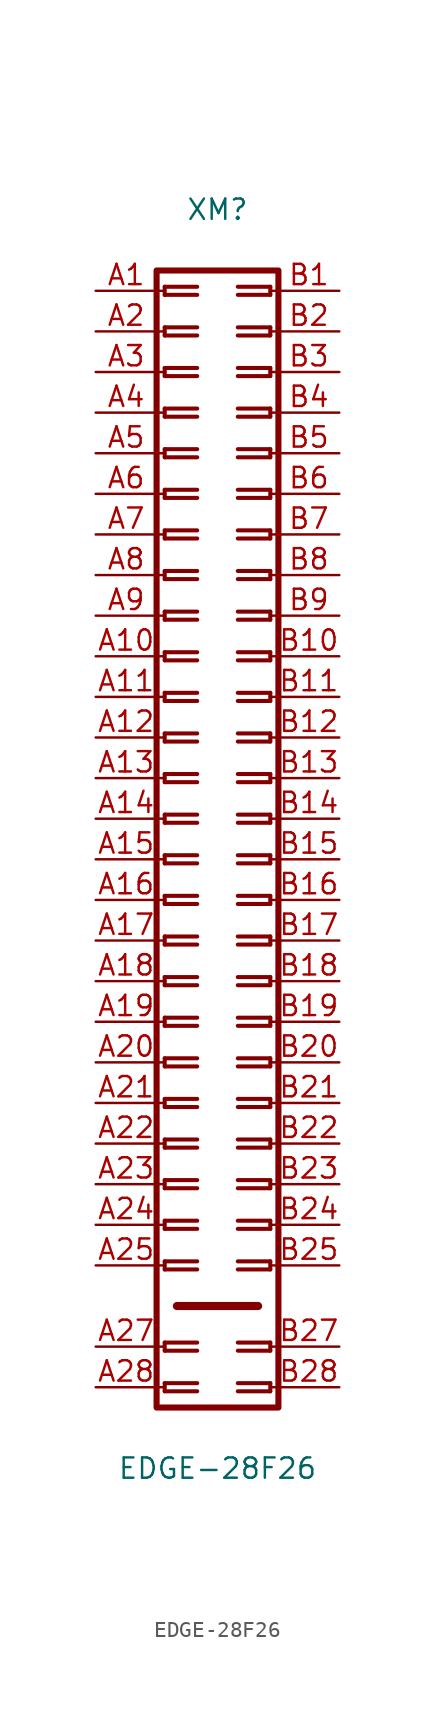
<source format=kicad_sym>
(kicad_symbol_lib
  (version 20231120)
  (generator "kicad_symbol_editor")
  (generator_version "8.0")
  (symbol "EDGE-28F26"
    (pin_names
      (offset 1.016))
    (property "Reference" "XM"
      (at 0 39.37 0)
      (effects (font (size 1.27 1.27))))
    (property "Value" "EDGE-28F26"
      (at 0 -39.37 0)
      (effects (font (size 1.27 1.27))))
    (symbol "EDGE-28F26_0_0"
      (polyline (pts (xy -2.54 -29.21) (xy 2.54 -29.21)) (stroke (width 0.508) (type default)) (fill (type none))))
    (symbol "EDGE-28F26_0_1"
      (rectangle (start -3.81 35.56) (end 3.81 -35.56) (stroke (width 0.381) (type default)) (fill (type none)))
      (polyline (pts (xy -3.81 -34.29) (xy -3.302 -34.29)) (stroke (width 0) (type default)) (fill (type none)))
      (polyline (pts (xy -3.81 -31.75) (xy -3.302 -31.75)) (stroke (width 0) (type default)) (fill (type none)))
      (polyline (pts (xy -3.81 -26.67) (xy -3.302 -26.67)) (stroke (width 0) (type default)) (fill (type none)))
      (polyline (pts (xy -3.81 -24.13) (xy -3.302 -24.13)) (stroke (width 0) (type default)) (fill (type none)))
      (polyline (pts (xy -3.81 -21.59) (xy -3.302 -21.59)) (stroke (width 0) (type default)) (fill (type none)))
      (polyline (pts (xy -3.81 -19.05) (xy -3.302 -19.05)) (stroke (width 0) (type default)) (fill (type none)))
      (polyline (pts (xy -3.81 -16.51) (xy -3.302 -16.51)) (stroke (width 0) (type default)) (fill (type none)))
      (polyline (pts (xy -3.81 -13.97) (xy -3.302 -13.97)) (stroke (width 0) (type default)) (fill (type none)))
      (polyline (pts (xy -3.81 -11.43) (xy -3.302 -11.43)) (stroke (width 0) (type default)) (fill (type none)))
      (polyline (pts (xy -3.81 -8.89) (xy -3.302 -8.89)) (stroke (width 0) (type default)) (fill (type none)))
      (polyline (pts (xy -3.81 -6.35) (xy -3.302 -6.35)) (stroke (width 0) (type default)) (fill (type none)))
      (polyline (pts (xy -3.81 -3.81) (xy -3.302 -3.81)) (stroke (width 0) (type default)) (fill (type none)))
      (polyline (pts (xy -3.81 -1.27) (xy -3.302 -1.27)) (stroke (width 0) (type default)) (fill (type none)))
      (polyline (pts (xy -3.81 1.27) (xy -3.302 1.27)) (stroke (width 0) (type default)) (fill (type none)))
      (polyline (pts (xy -3.81 3.81) (xy -3.302 3.81)) (stroke (width 0) (type default)) (fill (type none)))
      (polyline (pts (xy -3.81 6.35) (xy -3.302 6.35)) (stroke (width 0) (type default)) (fill (type none)))
      (polyline (pts (xy -3.81 8.89) (xy -3.302 8.89)) (stroke (width 0) (type default)) (fill (type none)))
      (polyline (pts (xy -3.81 11.43) (xy -3.302 11.43)) (stroke (width 0) (type default)) (fill (type none)))
      (polyline (pts (xy -3.81 13.97) (xy -3.302 13.97)) (stroke (width 0) (type default)) (fill (type none)))
      (polyline (pts (xy -3.81 16.51) (xy -3.302 16.51)) (stroke (width 0) (type default)) (fill (type none)))
      (polyline (pts (xy -3.81 19.05) (xy -3.302 19.05)) (stroke (width 0) (type default)) (fill (type none)))
      (polyline (pts (xy -3.81 21.59) (xy -3.302 21.59)) (stroke (width 0) (type default)) (fill (type none)))
      (polyline (pts (xy -3.81 24.13) (xy -3.302 24.13)) (stroke (width 0) (type default)) (fill (type none)))
      (polyline (pts (xy -3.81 26.67) (xy -3.302 26.67)) (stroke (width 0) (type default)) (fill (type none)))
      (polyline (pts (xy -3.81 29.21) (xy -3.302 29.21)) (stroke (width 0) (type default)) (fill (type none)))
      (polyline (pts (xy -3.81 31.75) (xy -3.302 31.75)) (stroke (width 0) (type default)) (fill (type none)))
      (polyline (pts (xy -3.81 34.29) (xy -3.302 34.29)) (stroke (width 0) (type default)) (fill (type none)))
      (polyline (pts (xy -3.302 -34.544) (xy -3.302 -34.036)) (stroke (width 0.254) (type default)) (fill (type none)))
      (polyline (pts (xy -3.302 -34.544) (xy -1.27 -34.544)) (stroke (width 0.254) (type default)) (fill (type none)))
      (polyline (pts (xy -3.302 -34.036) (xy -1.27 -34.036)) (stroke (width 0.254) (type default)) (fill (type none)))
      (polyline (pts (xy -3.302 -32.004) (xy -3.302 -31.496)) (stroke (width 0.254) (type default)) (fill (type none)))
      (polyline (pts (xy -3.302 -32.004) (xy -1.27 -32.004)) (stroke (width 0.254) (type default)) (fill (type none)))
      (polyline (pts (xy -3.302 -31.496) (xy -1.27 -31.496)) (stroke (width 0.254) (type default)) (fill (type none)))
      (polyline (pts (xy -3.302 -26.924) (xy -3.302 -26.416)) (stroke (width 0.254) (type default)) (fill (type none)))
      (polyline (pts (xy -3.302 -26.924) (xy -1.27 -26.924)) (stroke (width 0.254) (type default)) (fill (type none)))
      (polyline (pts (xy -3.302 -26.416) (xy -1.27 -26.416)) (stroke (width 0.254) (type default)) (fill (type none)))
      (polyline (pts (xy -3.302 -24.384) (xy -3.302 -23.876)) (stroke (width 0.254) (type default)) (fill (type none)))
      (polyline (pts (xy -3.302 -24.384) (xy -1.27 -24.384)) (stroke (width 0.254) (type default)) (fill (type none)))
      (polyline (pts (xy -3.302 -23.876) (xy -1.27 -23.876)) (stroke (width 0.254) (type default)) (fill (type none)))
      (polyline (pts (xy -3.302 -21.844) (xy -3.302 -21.336)) (stroke (width 0.254) (type default)) (fill (type none)))
      (polyline (pts (xy -3.302 -21.844) (xy -1.27 -21.844)) (stroke (width 0.254) (type default)) (fill (type none)))
      (polyline (pts (xy -3.302 -21.336) (xy -1.27 -21.336)) (stroke (width 0.254) (type default)) (fill (type none)))
      (polyline (pts (xy -3.302 -19.304) (xy -3.302 -18.796)) (stroke (width 0.254) (type default)) (fill (type none)))
      (polyline (pts (xy -3.302 -19.304) (xy -1.27 -19.304)) (stroke (width 0.254) (type default)) (fill (type none)))
      (polyline (pts (xy -3.302 -18.796) (xy -1.27 -18.796)) (stroke (width 0.254) (type default)) (fill (type none)))
      (polyline (pts (xy -3.302 -16.764) (xy -3.302 -16.256)) (stroke (width 0.254) (type default)) (fill (type none)))
      (polyline (pts (xy -3.302 -16.764) (xy -1.27 -16.764)) (stroke (width 0.254) (type default)) (fill (type none)))
      (polyline (pts (xy -3.302 -16.256) (xy -1.27 -16.256)) (stroke (width 0.254) (type default)) (fill (type none)))
      (polyline (pts (xy -3.302 -14.224) (xy -3.302 -13.716)) (stroke (width 0.254) (type default)) (fill (type none)))
      (polyline (pts (xy -3.302 -14.224) (xy -1.27 -14.224)) (stroke (width 0.254) (type default)) (fill (type none)))
      (polyline (pts (xy -3.302 -13.716) (xy -1.27 -13.716)) (stroke (width 0.254) (type default)) (fill (type none)))
      (polyline (pts (xy -3.302 -11.684) (xy -3.302 -11.176)) (stroke (width 0.254) (type default)) (fill (type none)))
      (polyline (pts (xy -3.302 -11.684) (xy -1.27 -11.684)) (stroke (width 0.254) (type default)) (fill (type none)))
      (polyline (pts (xy -3.302 -11.176) (xy -1.27 -11.176)) (stroke (width 0.254) (type default)) (fill (type none)))
      (polyline (pts (xy -3.302 -9.144) (xy -3.302 -8.636)) (stroke (width 0.254) (type default)) (fill (type none)))
      (polyline (pts (xy -3.302 -9.144) (xy -1.27 -9.144)) (stroke (width 0.254) (type default)) (fill (type none)))
      (polyline (pts (xy -3.302 -8.636) (xy -1.27 -8.636)) (stroke (width 0.254) (type default)) (fill (type none)))
      (polyline (pts (xy -3.302 -6.604) (xy -3.302 -6.096)) (stroke (width 0.254) (type default)) (fill (type none)))
      (polyline (pts (xy -3.302 -6.604) (xy -1.27 -6.604)) (stroke (width 0.254) (type default)) (fill (type none)))
      (polyline (pts (xy -3.302 -6.096) (xy -1.27 -6.096)) (stroke (width 0.254) (type default)) (fill (type none)))
      (polyline (pts (xy -3.302 -4.064) (xy -3.302 -3.556)) (stroke (width 0.254) (type default)) (fill (type none)))
      (polyline (pts (xy -3.302 -4.064) (xy -1.27 -4.064)) (stroke (width 0.254) (type default)) (fill (type none)))
      (polyline (pts (xy -3.302 -3.556) (xy -1.27 -3.556)) (stroke (width 0.254) (type default)) (fill (type none)))
      (polyline (pts (xy -3.302 -1.524) (xy -3.302 -1.016)) (stroke (width 0.254) (type default)) (fill (type none)))
      (polyline (pts (xy -3.302 -1.524) (xy -1.27 -1.524)) (stroke (width 0.254) (type default)) (fill (type none)))
      (polyline (pts (xy -3.302 -1.016) (xy -1.27 -1.016)) (stroke (width 0.254) (type default)) (fill (type none)))
      (polyline (pts (xy -3.302 1.016) (xy -3.302 1.524)) (stroke (width 0.254) (type default)) (fill (type none)))
      (polyline (pts (xy -3.302 1.016) (xy -1.27 1.016)) (stroke (width 0.254) (type default)) (fill (type none)))
      (polyline (pts (xy -3.302 1.524) (xy -1.27 1.524)) (stroke (width 0.254) (type default)) (fill (type none)))
      (polyline (pts (xy -3.302 3.556) (xy -3.302 4.064)) (stroke (width 0.254) (type default)) (fill (type none)))
      (polyline (pts (xy -3.302 3.556) (xy -1.27 3.556)) (stroke (width 0.254) (type default)) (fill (type none)))
      (polyline (pts (xy -3.302 4.064) (xy -1.27 4.064)) (stroke (width 0.254) (type default)) (fill (type none)))
      (polyline (pts (xy -3.302 6.096) (xy -3.302 6.604)) (stroke (width 0.254) (type default)) (fill (type none)))
      (polyline (pts (xy -3.302 6.096) (xy -1.27 6.096)) (stroke (width 0.254) (type default)) (fill (type none)))
      (polyline (pts (xy -3.302 6.604) (xy -1.27 6.604)) (stroke (width 0.254) (type default)) (fill (type none)))
      (polyline (pts (xy -3.302 8.636) (xy -3.302 9.144)) (stroke (width 0.254) (type default)) (fill (type none)))
      (polyline (pts (xy -3.302 8.636) (xy -1.27 8.636)) (stroke (width 0.254) (type default)) (fill (type none)))
      (polyline (pts (xy -3.302 9.144) (xy -1.27 9.144)) (stroke (width 0.254) (type default)) (fill (type none)))
      (polyline (pts (xy -3.302 11.176) (xy -3.302 11.684)) (stroke (width 0.254) (type default)) (fill (type none)))
      (polyline (pts (xy -3.302 11.176) (xy -1.27 11.176)) (stroke (width 0.254) (type default)) (fill (type none)))
      (polyline (pts (xy -3.302 11.684) (xy -1.27 11.684)) (stroke (width 0.254) (type default)) (fill (type none)))
      (polyline (pts (xy -3.302 13.716) (xy -3.302 14.224)) (stroke (width 0.254) (type default)) (fill (type none)))
      (polyline (pts (xy -3.302 13.716) (xy -1.27 13.716)) (stroke (width 0.254) (type default)) (fill (type none)))
      (polyline (pts (xy -3.302 14.224) (xy -1.27 14.224)) (stroke (width 0.254) (type default)) (fill (type none)))
      (polyline (pts (xy -3.302 16.256) (xy -3.302 16.764)) (stroke (width 0.254) (type default)) (fill (type none)))
      (polyline (pts (xy -3.302 16.256) (xy -1.27 16.256)) (stroke (width 0.254) (type default)) (fill (type none)))
      (polyline (pts (xy -3.302 16.764) (xy -1.27 16.764)) (stroke (width 0.254) (type default)) (fill (type none)))
      (polyline (pts (xy -3.302 18.796) (xy -3.302 19.304)) (stroke (width 0.254) (type default)) (fill (type none)))
      (polyline (pts (xy -3.302 18.796) (xy -1.27 18.796)) (stroke (width 0.254) (type default)) (fill (type none)))
      (polyline (pts (xy -3.302 19.304) (xy -1.27 19.304)) (stroke (width 0.254) (type default)) (fill (type none)))
      (polyline (pts (xy -3.302 21.336) (xy -3.302 21.844)) (stroke (width 0.254) (type default)) (fill (type none)))
      (polyline (pts (xy -3.302 21.336) (xy -1.27 21.336)) (stroke (width 0.254) (type default)) (fill (type none)))
      (polyline (pts (xy -3.302 21.844) (xy -1.27 21.844)) (stroke (width 0.254) (type default)) (fill (type none)))
      (polyline (pts (xy -3.302 23.876) (xy -3.302 24.384)) (stroke (width 0.254) (type default)) (fill (type none)))
      (polyline (pts (xy -3.302 23.876) (xy -1.27 23.876)) (stroke (width 0.254) (type default)) (fill (type none)))
      (polyline (pts (xy -3.302 24.384) (xy -1.27 24.384)) (stroke (width 0.254) (type default)) (fill (type none)))
      (polyline (pts (xy -3.302 26.416) (xy -3.302 26.924)) (stroke (width 0.254) (type default)) (fill (type none)))
      (polyline (pts (xy -3.302 26.416) (xy -1.27 26.416)) (stroke (width 0.254) (type default)) (fill (type none)))
      (polyline (pts (xy -3.302 26.924) (xy -1.27 26.924)) (stroke (width 0.254) (type default)) (fill (type none)))
      (polyline (pts (xy -3.302 28.956) (xy -3.302 29.464)) (stroke (width 0.254) (type default)) (fill (type none)))
      (polyline (pts (xy -3.302 28.956) (xy -1.27 28.956)) (stroke (width 0.254) (type default)) (fill (type none)))
      (polyline (pts (xy -3.302 29.464) (xy -1.27 29.464)) (stroke (width 0.254) (type default)) (fill (type none)))
      (polyline (pts (xy -3.302 31.496) (xy -3.302 32.004)) (stroke (width 0.254) (type default)) (fill (type none)))
      (polyline (pts (xy -3.302 31.496) (xy -1.27 31.496)) (stroke (width 0.254) (type default)) (fill (type none)))
      (polyline (pts (xy -3.302 32.004) (xy -1.27 32.004)) (stroke (width 0.254) (type default)) (fill (type none)))
      (polyline (pts (xy -3.302 34.036) (xy -3.302 34.544)) (stroke (width 0.254) (type default)) (fill (type none)))
      (polyline (pts (xy -3.302 34.036) (xy -1.27 34.036)) (stroke (width 0.254) (type default)) (fill (type none)))
      (polyline (pts (xy -3.302 34.544) (xy -1.27 34.544)) (stroke (width 0.254) (type default)) (fill (type none)))
      (polyline (pts (xy 3.302 -34.544) (xy 1.27 -34.544)) (stroke (width 0.254) (type default)) (fill (type none)))
      (polyline (pts (xy 3.302 -34.544) (xy 3.302 -34.036)) (stroke (width 0.254) (type default)) (fill (type none)))
      (polyline (pts (xy 3.302 -34.036) (xy 1.27 -34.036)) (stroke (width 0.254) (type default)) (fill (type none)))
      (polyline (pts (xy 3.302 -32.004) (xy 1.27 -32.004)) (stroke (width 0.254) (type default)) (fill (type none)))
      (polyline (pts (xy 3.302 -32.004) (xy 3.302 -31.496)) (stroke (width 0.254) (type default)) (fill (type none)))
      (polyline (pts (xy 3.302 -31.496) (xy 1.27 -31.496)) (stroke (width 0.254) (type default)) (fill (type none)))
      (polyline (pts (xy 3.302 -26.924) (xy 1.27 -26.924)) (stroke (width 0.254) (type default)) (fill (type none)))
      (polyline (pts (xy 3.302 -26.924) (xy 3.302 -26.416)) (stroke (width 0.254) (type default)) (fill (type none)))
      (polyline (pts (xy 3.302 -26.416) (xy 1.27 -26.416)) (stroke (width 0.254) (type default)) (fill (type none)))
      (polyline (pts (xy 3.302 -24.384) (xy 1.27 -24.384)) (stroke (width 0.254) (type default)) (fill (type none)))
      (polyline (pts (xy 3.302 -24.384) (xy 3.302 -23.876)) (stroke (width 0.254) (type default)) (fill (type none)))
      (polyline (pts (xy 3.302 -23.876) (xy 1.27 -23.876)) (stroke (width 0.254) (type default)) (fill (type none)))
      (polyline (pts (xy 3.302 -21.844) (xy 1.27 -21.844)) (stroke (width 0.254) (type default)) (fill (type none)))
      (polyline (pts (xy 3.302 -21.844) (xy 3.302 -21.336)) (stroke (width 0.254) (type default)) (fill (type none)))
      (polyline (pts (xy 3.302 -21.336) (xy 1.27 -21.336)) (stroke (width 0.254) (type default)) (fill (type none)))
      (polyline (pts (xy 3.302 -19.304) (xy 1.27 -19.304)) (stroke (width 0.254) (type default)) (fill (type none)))
      (polyline (pts (xy 3.302 -19.304) (xy 3.302 -18.796)) (stroke (width 0.254) (type default)) (fill (type none)))
      (polyline (pts (xy 3.302 -18.796) (xy 1.27 -18.796)) (stroke (width 0.254) (type default)) (fill (type none)))
      (polyline (pts (xy 3.302 -16.764) (xy 1.27 -16.764)) (stroke (width 0.254) (type default)) (fill (type none)))
      (polyline (pts (xy 3.302 -16.764) (xy 3.302 -16.256)) (stroke (width 0.254) (type default)) (fill (type none)))
      (polyline (pts (xy 3.302 -16.256) (xy 1.27 -16.256)) (stroke (width 0.254) (type default)) (fill (type none)))
      (polyline (pts (xy 3.302 -14.224) (xy 1.27 -14.224)) (stroke (width 0.254) (type default)) (fill (type none)))
      (polyline (pts (xy 3.302 -14.224) (xy 3.302 -13.716)) (stroke (width 0.254) (type default)) (fill (type none)))
      (polyline (pts (xy 3.302 -13.716) (xy 1.27 -13.716)) (stroke (width 0.254) (type default)) (fill (type none)))
      (polyline (pts (xy 3.302 -11.684) (xy 1.27 -11.684)) (stroke (width 0.254) (type default)) (fill (type none)))
      (polyline (pts (xy 3.302 -11.684) (xy 3.302 -11.176)) (stroke (width 0.254) (type default)) (fill (type none)))
      (polyline (pts (xy 3.302 -11.176) (xy 1.27 -11.176)) (stroke (width 0.254) (type default)) (fill (type none)))
      (polyline (pts (xy 3.302 -9.144) (xy 1.27 -9.144)) (stroke (width 0.254) (type default)) (fill (type none)))
      (polyline (pts (xy 3.302 -9.144) (xy 3.302 -8.636)) (stroke (width 0.254) (type default)) (fill (type none)))
      (polyline (pts (xy 3.302 -8.636) (xy 1.27 -8.636)) (stroke (width 0.254) (type default)) (fill (type none)))
      (polyline (pts (xy 3.302 -6.604) (xy 1.27 -6.604)) (stroke (width 0.254) (type default)) (fill (type none)))
      (polyline (pts (xy 3.302 -6.604) (xy 3.302 -6.096)) (stroke (width 0.254) (type default)) (fill (type none)))
      (polyline (pts (xy 3.302 -6.096) (xy 1.27 -6.096)) (stroke (width 0.254) (type default)) (fill (type none)))
      (polyline (pts (xy 3.302 -4.064) (xy 1.27 -4.064)) (stroke (width 0.254) (type default)) (fill (type none)))
      (polyline (pts (xy 3.302 -4.064) (xy 3.302 -3.556)) (stroke (width 0.254) (type default)) (fill (type none)))
      (polyline (pts (xy 3.302 -3.556) (xy 1.27 -3.556)) (stroke (width 0.254) (type default)) (fill (type none)))
      (polyline (pts (xy 3.302 -1.524) (xy 1.27 -1.524)) (stroke (width 0.254) (type default)) (fill (type none)))
      (polyline (pts (xy 3.302 -1.524) (xy 3.302 -1.016)) (stroke (width 0.254) (type default)) (fill (type none)))
      (polyline (pts (xy 3.302 -1.016) (xy 1.27 -1.016)) (stroke (width 0.254) (type default)) (fill (type none)))
      (polyline (pts (xy 3.302 1.016) (xy 1.27 1.016)) (stroke (width 0.254) (type default)) (fill (type none)))
      (polyline (pts (xy 3.302 1.016) (xy 3.302 1.524)) (stroke (width 0.254) (type default)) (fill (type none)))
      (polyline (pts (xy 3.302 1.524) (xy 1.27 1.524)) (stroke (width 0.254) (type default)) (fill (type none)))
      (polyline (pts (xy 3.302 3.556) (xy 1.27 3.556)) (stroke (width 0.254) (type default)) (fill (type none)))
      (polyline (pts (xy 3.302 3.556) (xy 3.302 4.064)) (stroke (width 0.254) (type default)) (fill (type none)))
      (polyline (pts (xy 3.302 4.064) (xy 1.27 4.064)) (stroke (width 0.254) (type default)) (fill (type none)))
      (polyline (pts (xy 3.302 6.096) (xy 1.27 6.096)) (stroke (width 0.254) (type default)) (fill (type none)))
      (polyline (pts (xy 3.302 6.096) (xy 3.302 6.604)) (stroke (width 0.254) (type default)) (fill (type none)))
      (polyline (pts (xy 3.302 6.604) (xy 1.27 6.604)) (stroke (width 0.254) (type default)) (fill (type none)))
      (polyline (pts (xy 3.302 8.636) (xy 1.27 8.636)) (stroke (width 0.254) (type default)) (fill (type none)))
      (polyline (pts (xy 3.302 8.636) (xy 3.302 9.144)) (stroke (width 0.254) (type default)) (fill (type none)))
      (polyline (pts (xy 3.302 9.144) (xy 1.27 9.144)) (stroke (width 0.254) (type default)) (fill (type none)))
      (polyline (pts (xy 3.302 11.176) (xy 1.27 11.176)) (stroke (width 0.254) (type default)) (fill (type none)))
      (polyline (pts (xy 3.302 11.176) (xy 3.302 11.684)) (stroke (width 0.254) (type default)) (fill (type none)))
      (polyline (pts (xy 3.302 11.684) (xy 1.27 11.684)) (stroke (width 0.254) (type default)) (fill (type none)))
      (polyline (pts (xy 3.302 13.716) (xy 1.27 13.716)) (stroke (width 0.254) (type default)) (fill (type none)))
      (polyline (pts (xy 3.302 13.716) (xy 3.302 14.224)) (stroke (width 0.254) (type default)) (fill (type none)))
      (polyline (pts (xy 3.302 14.224) (xy 1.27 14.224)) (stroke (width 0.254) (type default)) (fill (type none)))
      (polyline (pts (xy 3.302 16.256) (xy 1.27 16.256)) (stroke (width 0.254) (type default)) (fill (type none)))
      (polyline (pts (xy 3.302 16.256) (xy 3.302 16.764)) (stroke (width 0.254) (type default)) (fill (type none)))
      (polyline (pts (xy 3.302 16.764) (xy 1.27 16.764)) (stroke (width 0.254) (type default)) (fill (type none)))
      (polyline (pts (xy 3.302 18.796) (xy 1.27 18.796)) (stroke (width 0.254) (type default)) (fill (type none)))
      (polyline (pts (xy 3.302 18.796) (xy 3.302 19.304)) (stroke (width 0.254) (type default)) (fill (type none)))
      (polyline (pts (xy 3.302 19.304) (xy 1.27 19.304)) (stroke (width 0.254) (type default)) (fill (type none)))
      (polyline (pts (xy 3.302 21.336) (xy 1.27 21.336)) (stroke (width 0.254) (type default)) (fill (type none)))
      (polyline (pts (xy 3.302 21.336) (xy 3.302 21.844)) (stroke (width 0.254) (type default)) (fill (type none)))
      (polyline (pts (xy 3.302 21.844) (xy 1.27 21.844)) (stroke (width 0.254) (type default)) (fill (type none)))
      (polyline (pts (xy 3.302 23.876) (xy 1.27 23.876)) (stroke (width 0.254) (type default)) (fill (type none)))
      (polyline (pts (xy 3.302 23.876) (xy 3.302 24.384)) (stroke (width 0.254) (type default)) (fill (type none)))
      (polyline (pts (xy 3.302 24.384) (xy 1.27 24.384)) (stroke (width 0.254) (type default)) (fill (type none)))
      (polyline (pts (xy 3.302 26.416) (xy 1.27 26.416)) (stroke (width 0.254) (type default)) (fill (type none)))
      (polyline (pts (xy 3.302 26.416) (xy 3.302 26.924)) (stroke (width 0.254) (type default)) (fill (type none)))
      (polyline (pts (xy 3.302 26.924) (xy 1.27 26.924)) (stroke (width 0.254) (type default)) (fill (type none)))
      (polyline (pts (xy 3.302 28.956) (xy 1.27 28.956)) (stroke (width 0.254) (type default)) (fill (type none)))
      (polyline (pts (xy 3.302 28.956) (xy 3.302 29.464)) (stroke (width 0.254) (type default)) (fill (type none)))
      (polyline (pts (xy 3.302 29.464) (xy 1.27 29.464)) (stroke (width 0.254) (type default)) (fill (type none)))
      (polyline (pts (xy 3.302 31.496) (xy 1.27 31.496)) (stroke (width 0.254) (type default)) (fill (type none)))
      (polyline (pts (xy 3.302 31.496) (xy 3.302 32.004)) (stroke (width 0.254) (type default)) (fill (type none)))
      (polyline (pts (xy 3.302 32.004) (xy 1.27 32.004)) (stroke (width 0.254) (type default)) (fill (type none)))
      (polyline (pts (xy 3.302 34.036) (xy 1.27 34.036)) (stroke (width 0.254) (type default)) (fill (type none)))
      (polyline (pts (xy 3.302 34.036) (xy 3.302 34.544)) (stroke (width 0.254) (type default)) (fill (type none)))
      (polyline (pts (xy 3.302 34.544) (xy 1.27 34.544)) (stroke (width 0.254) (type default)) (fill (type none)))
      (polyline (pts (xy 3.81 -34.29) (xy 3.302 -34.29)) (stroke (width 0) (type default)) (fill (type none)))
      (polyline (pts (xy 3.81 -31.75) (xy 3.302 -31.75)) (stroke (width 0) (type default)) (fill (type none)))
      (polyline (pts (xy 3.81 -26.67) (xy 3.302 -26.67)) (stroke (width 0) (type default)) (fill (type none)))
      (polyline (pts (xy 3.81 -24.13) (xy 3.302 -24.13)) (stroke (width 0) (type default)) (fill (type none)))
      (polyline (pts (xy 3.81 -21.59) (xy 3.302 -21.59)) (stroke (width 0) (type default)) (fill (type none)))
      (polyline (pts (xy 3.81 -19.05) (xy 3.302 -19.05)) (stroke (width 0) (type default)) (fill (type none)))
      (polyline (pts (xy 3.81 -16.51) (xy 3.302 -16.51)) (stroke (width 0) (type default)) (fill (type none)))
      (polyline (pts (xy 3.81 -13.97) (xy 3.302 -13.97)) (stroke (width 0) (type default)) (fill (type none)))
      (polyline (pts (xy 3.81 -11.43) (xy 3.302 -11.43)) (stroke (width 0) (type default)) (fill (type none)))
      (polyline (pts (xy 3.81 -8.89) (xy 3.302 -8.89)) (stroke (width 0) (type default)) (fill (type none)))
      (polyline (pts (xy 3.81 -6.35) (xy 3.302 -6.35)) (stroke (width 0) (type default)) (fill (type none)))
      (polyline (pts (xy 3.81 -3.81) (xy 3.302 -3.81)) (stroke (width 0) (type default)) (fill (type none)))
      (polyline (pts (xy 3.81 -1.27) (xy 3.302 -1.27)) (stroke (width 0) (type default)) (fill (type none)))
      (polyline (pts (xy 3.81 1.27) (xy 3.302 1.27)) (stroke (width 0) (type default)) (fill (type none)))
      (polyline (pts (xy 3.81 3.81) (xy 3.302 3.81)) (stroke (width 0) (type default)) (fill (type none)))
      (polyline (pts (xy 3.81 6.35) (xy 3.302 6.35)) (stroke (width 0) (type default)) (fill (type none)))
      (polyline (pts (xy 3.81 8.89) (xy 3.302 8.89)) (stroke (width 0) (type default)) (fill (type none)))
      (polyline (pts (xy 3.81 11.43) (xy 3.302 11.43)) (stroke (width 0) (type default)) (fill (type none)))
      (polyline (pts (xy 3.81 13.97) (xy 3.302 13.97)) (stroke (width 0) (type default)) (fill (type none)))
      (polyline (pts (xy 3.81 16.51) (xy 3.302 16.51)) (stroke (width 0) (type default)) (fill (type none)))
      (polyline (pts (xy 3.81 19.05) (xy 3.302 19.05)) (stroke (width 0) (type default)) (fill (type none)))
      (polyline (pts (xy 3.81 21.59) (xy 3.302 21.59)) (stroke (width 0) (type default)) (fill (type none)))
      (polyline (pts (xy 3.81 24.13) (xy 3.302 24.13)) (stroke (width 0) (type default)) (fill (type none)))
      (polyline (pts (xy 3.81 26.67) (xy 3.302 26.67)) (stroke (width 0) (type default)) (fill (type none)))
      (polyline (pts (xy 3.81 29.21) (xy 3.302 29.21)) (stroke (width 0) (type default)) (fill (type none)))
      (polyline (pts (xy 3.81 31.75) (xy 3.302 31.75)) (stroke (width 0) (type default)) (fill (type none)))
      (polyline (pts (xy 3.81 34.29) (xy 3.302 34.29)) (stroke (width 0) (type default)) (fill (type none))))
    (symbol "EDGE-28F26_1_1"
      (pin passive line (at -7.62 34.29 0) (length 3.81) (name "~" (effects (font (size 1.27 1.27)))) (number "A1" (effects (font (size 1.27 1.27)))))
      (pin passive line (at -7.62 11.43 0) (length 3.81) (name "~" (effects (font (size 1.27 1.27)))) (number "A10" (effects (font (size 1.27 1.27)))))
      (pin passive line (at -7.62 8.89 0) (length 3.81) (name "~" (effects (font (size 1.27 1.27)))) (number "A11" (effects (font (size 1.27 1.27)))))
      (pin passive line (at -7.62 6.35 0) (length 3.81) (name "~" (effects (font (size 1.27 1.27)))) (number "A12" (effects (font (size 1.27 1.27)))))
      (pin passive line (at -7.62 3.81 0) (length 3.81) (name "~" (effects (font (size 1.27 1.27)))) (number "A13" (effects (font (size 1.27 1.27)))))
      (pin passive line (at -7.62 1.27 0) (length 3.81) (name "~" (effects (font (size 1.27 1.27)))) (number "A14" (effects (font (size 1.27 1.27)))))
      (pin passive line (at -7.62 -1.27 0) (length 3.81) (name "~" (effects (font (size 1.27 1.27)))) (number "A15" (effects (font (size 1.27 1.27)))))
      (pin passive line (at -7.62 -3.81 0) (length 3.81) (name "~" (effects (font (size 1.27 1.27)))) (number "A16" (effects (font (size 1.27 1.27)))))
      (pin passive line (at -7.62 -6.35 0) (length 3.81) (name "~" (effects (font (size 1.27 1.27)))) (number "A17" (effects (font (size 1.27 1.27)))))
      (pin passive line (at -7.62 -8.89 0) (length 3.81) (name "~" (effects (font (size 1.27 1.27)))) (number "A18" (effects (font (size 1.27 1.27)))))
      (pin passive line (at -7.62 -11.43 0) (length 3.81) (name "~" (effects (font (size 1.27 1.27)))) (number "A19" (effects (font (size 1.27 1.27)))))
      (pin passive line (at -7.62 31.75 0) (length 3.81) (name "~" (effects (font (size 1.27 1.27)))) (number "A2" (effects (font (size 1.27 1.27)))))
      (pin passive line (at -7.62 -13.97 0) (length 3.81) (name "~" (effects (font (size 1.27 1.27)))) (number "A20" (effects (font (size 1.27 1.27)))))
      (pin passive line (at -7.62 -16.51 0) (length 3.81) (name "~" (effects (font (size 1.27 1.27)))) (number "A21" (effects (font (size 1.27 1.27)))))
      (pin passive line (at -7.62 -19.05 0) (length 3.81) (name "~" (effects (font (size 1.27 1.27)))) (number "A22" (effects (font (size 1.27 1.27)))))
      (pin passive line (at -7.62 -21.59 0) (length 3.81) (name "~" (effects (font (size 1.27 1.27)))) (number "A23" (effects (font (size 1.27 1.27)))))
      (pin passive line (at -7.62 -24.13 0) (length 3.81) (name "~" (effects (font (size 1.27 1.27)))) (number "A24" (effects (font (size 1.27 1.27)))))
      (pin passive line (at -7.62 -26.67 0) (length 3.81) (name "~" (effects (font (size 1.27 1.27)))) (number "A25" (effects (font (size 1.27 1.27)))))
      (pin passive line (at -7.62 -31.75 0) (length 3.81) (name "~" (effects (font (size 1.27 1.27)))) (number "A27" (effects (font (size 1.27 1.27)))))
      (pin passive line (at -7.62 -34.29 0) (length 3.81) (name "~" (effects (font (size 1.27 1.27)))) (number "A28" (effects (font (size 1.27 1.27)))))
      (pin passive line (at -7.62 29.21 0) (length 3.81) (name "~" (effects (font (size 1.27 1.27)))) (number "A3" (effects (font (size 1.27 1.27)))))
      (pin passive line (at -7.62 26.67 0) (length 3.81) (name "~" (effects (font (size 1.27 1.27)))) (number "A4" (effects (font (size 1.27 1.27)))))
      (pin passive line (at -7.62 24.13 0) (length 3.81) (name "~" (effects (font (size 1.27 1.27)))) (number "A5" (effects (font (size 1.27 1.27)))))
      (pin passive line (at -7.62 21.59 0) (length 3.81) (name "~" (effects (font (size 1.27 1.27)))) (number "A6" (effects (font (size 1.27 1.27)))))
      (pin passive line (at -7.62 19.05 0) (length 3.81) (name "~" (effects (font (size 1.27 1.27)))) (number "A7" (effects (font (size 1.27 1.27)))))
      (pin passive line (at -7.62 16.51 0) (length 3.81) (name "~" (effects (font (size 1.27 1.27)))) (number "A8" (effects (font (size 1.27 1.27)))))
      (pin passive line (at -7.62 13.97 0) (length 3.81) (name "~" (effects (font (size 1.27 1.27)))) (number "A9" (effects (font (size 1.27 1.27)))))
      (pin passive line (at 7.62 34.29 180) (length 3.81) (name "~" (effects (font (size 1.27 1.27)))) (number "B1" (effects (font (size 1.27 1.27)))))
      (pin passive line (at 7.62 11.43 180) (length 3.81) (name "~" (effects (font (size 1.27 1.27)))) (number "B10" (effects (font (size 1.27 1.27)))))
      (pin passive line (at 7.62 8.89 180) (length 3.81) (name "~" (effects (font (size 1.27 1.27)))) (number "B11" (effects (font (size 1.27 1.27)))))
      (pin passive line (at 7.62 6.35 180) (length 3.81) (name "~" (effects (font (size 1.27 1.27)))) (number "B12" (effects (font (size 1.27 1.27)))))
      (pin passive line (at 7.62 3.81 180) (length 3.81) (name "~" (effects (font (size 1.27 1.27)))) (number "B13" (effects (font (size 1.27 1.27)))))
      (pin passive line (at 7.62 1.27 180) (length 3.81) (name "~" (effects (font (size 1.27 1.27)))) (number "B14" (effects (font (size 1.27 1.27)))))
      (pin passive line (at 7.62 -1.27 180) (length 3.81) (name "~" (effects (font (size 1.27 1.27)))) (number "B15" (effects (font (size 1.27 1.27)))))
      (pin passive line (at 7.62 -3.81 180) (length 3.81) (name "~" (effects (font (size 1.27 1.27)))) (number "B16" (effects (font (size 1.27 1.27)))))
      (pin passive line (at 7.62 -6.35 180) (length 3.81) (name "~" (effects (font (size 1.27 1.27)))) (number "B17" (effects (font (size 1.27 1.27)))))
      (pin passive line (at 7.62 -8.89 180) (length 3.81) (name "~" (effects (font (size 1.27 1.27)))) (number "B18" (effects (font (size 1.27 1.27)))))
      (pin passive line (at 7.62 -11.43 180) (length 3.81) (name "~" (effects (font (size 1.27 1.27)))) (number "B19" (effects (font (size 1.27 1.27)))))
      (pin passive line (at 7.62 31.75 180) (length 3.81) (name "~" (effects (font (size 1.27 1.27)))) (number "B2" (effects (font (size 1.27 1.27)))))
      (pin passive line (at 7.62 -13.97 180) (length 3.81) (name "~" (effects (font (size 1.27 1.27)))) (number "B20" (effects (font (size 1.27 1.27)))))
      (pin passive line (at 7.62 -16.51 180) (length 3.81) (name "~" (effects (font (size 1.27 1.27)))) (number "B21" (effects (font (size 1.27 1.27)))))
      (pin passive line (at 7.62 -19.05 180) (length 3.81) (name "~" (effects (font (size 1.27 1.27)))) (number "B22" (effects (font (size 1.27 1.27)))))
      (pin passive line (at 7.62 -21.59 180) (length 3.81) (name "~" (effects (font (size 1.27 1.27)))) (number "B23" (effects (font (size 1.27 1.27)))))
      (pin passive line (at 7.62 -24.13 180) (length 3.81) (name "~" (effects (font (size 1.27 1.27)))) (number "B24" (effects (font (size 1.27 1.27)))))
      (pin passive line (at 7.62 -26.67 180) (length 3.81) (name "~" (effects (font (size 1.27 1.27)))) (number "B25" (effects (font (size 1.27 1.27)))))
      (pin passive line (at 7.62 -31.75 180) (length 3.81) (name "~" (effects (font (size 1.27 1.27)))) (number "B27" (effects (font (size 1.27 1.27)))))
      (pin passive line (at 7.62 -34.29 180) (length 3.81) (name "~" (effects (font (size 1.27 1.27)))) (number "B28" (effects (font (size 1.27 1.27)))))
      (pin passive line (at 7.62 29.21 180) (length 3.81) (name "~" (effects (font (size 1.27 1.27)))) (number "B3" (effects (font (size 1.27 1.27)))))
      (pin passive line (at 7.62 26.67 180) (length 3.81) (name "~" (effects (font (size 1.27 1.27)))) (number "B4" (effects (font (size 1.27 1.27)))))
      (pin passive line (at 7.62 24.13 180) (length 3.81) (name "~" (effects (font (size 1.27 1.27)))) (number "B5" (effects (font (size 1.27 1.27)))))
      (pin passive line (at 7.62 21.59 180) (length 3.81) (name "~" (effects (font (size 1.27 1.27)))) (number "B6" (effects (font (size 1.27 1.27)))))
      (pin passive line (at 7.62 19.05 180) (length 3.81) (name "~" (effects (font (size 1.27 1.27)))) (number "B7" (effects (font (size 1.27 1.27)))))
      (pin passive line (at 7.62 16.51 180) (length 3.81) (name "~" (effects (font (size 1.27 1.27)))) (number "B8" (effects (font (size 1.27 1.27)))))
      (pin passive line (at 7.62 13.97 180) (length 3.81) (name "~" (effects (font (size 1.27 1.27)))) (number "B9" (effects (font (size 1.27 1.27))))))))
</source>
